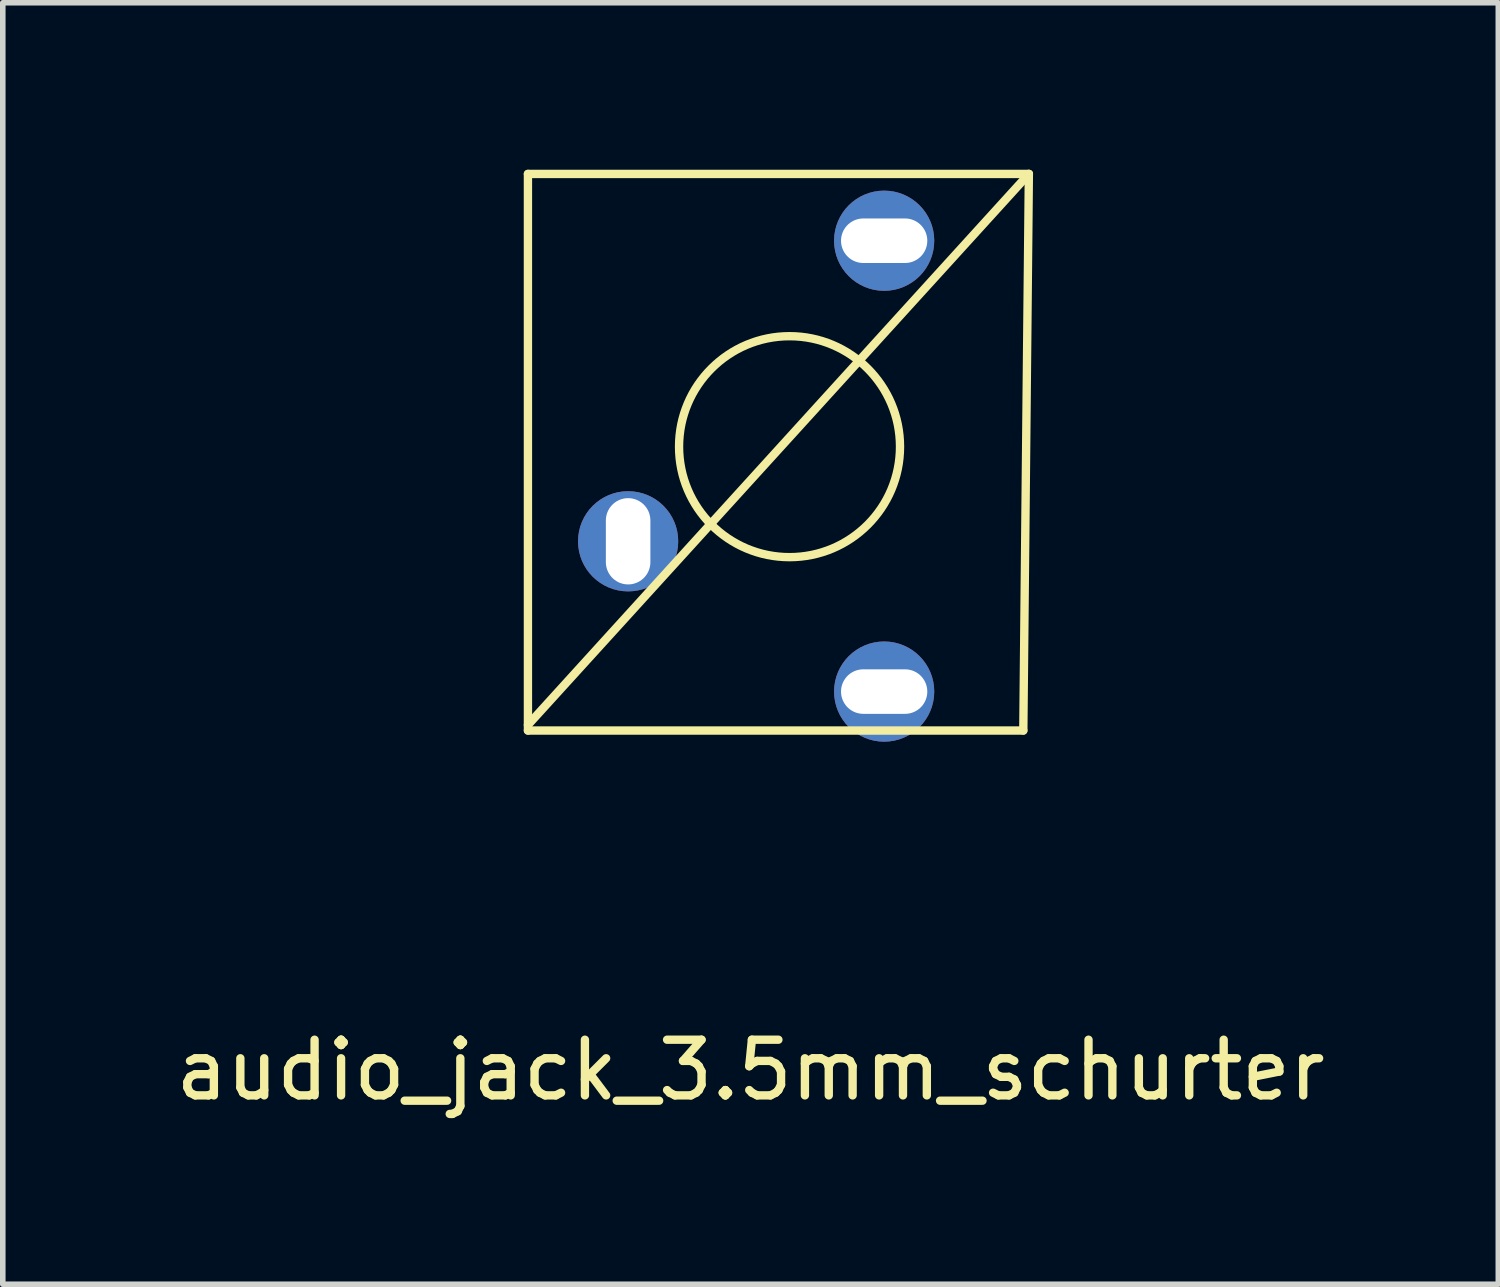
<source format=kicad_pcb>
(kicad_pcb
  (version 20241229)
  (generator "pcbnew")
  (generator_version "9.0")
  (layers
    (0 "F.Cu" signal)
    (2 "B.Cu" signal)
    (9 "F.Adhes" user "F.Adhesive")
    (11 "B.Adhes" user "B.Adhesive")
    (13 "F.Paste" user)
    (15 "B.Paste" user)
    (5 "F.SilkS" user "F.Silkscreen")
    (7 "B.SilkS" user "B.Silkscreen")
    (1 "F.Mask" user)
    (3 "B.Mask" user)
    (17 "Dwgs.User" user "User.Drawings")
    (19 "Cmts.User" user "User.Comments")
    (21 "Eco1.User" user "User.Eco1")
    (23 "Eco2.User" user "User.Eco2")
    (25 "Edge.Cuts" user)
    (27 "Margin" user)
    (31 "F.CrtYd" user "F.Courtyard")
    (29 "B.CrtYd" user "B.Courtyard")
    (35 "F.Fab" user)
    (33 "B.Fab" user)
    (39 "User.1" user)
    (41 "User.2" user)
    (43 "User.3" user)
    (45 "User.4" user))
  (footprint "audio_jack_3.5mm_schurter"
    (layer "F.Cu")
    (at 10.435 8.575)
    (property "Reference" "audio_jack_3.5mm_schurter" (at 0 7.6 0) (layer "F.SilkS") (effects (font (size 1 1) (thickness 0.15))))
    (attr through_hole)
    (fp_line (start -4 -8.5) (end 5 -8.5) (stroke (width 0.15) (type solid)) (layer "F.SilkS"))
    (fp_line (start -4 1.5) (end -4 -8.5) (stroke (width 0.15) (type solid)) (layer "F.SilkS"))
    (fp_line (start 4.9 1.5) (end -4 1.5) (stroke (width 0.15) (type solid)) (layer "F.SilkS"))
    (fp_line (start 5 -8.5) (end -4 1.4) (stroke (width 0.15) (type solid)) (layer "F.SilkS"))
    (fp_line (start 5 -8.5) (end 4.9 1.5) (stroke (width 0.15) (type solid)) (layer "F.SilkS"))
    (fp_circle (center 0.7 -3.6) (end 2.2 -2.3) (stroke (width 0.15) (type solid)) (fill no) (layer "F.SilkS"))
    (pad "1" thru_hole circle (at 2.4 0.8 90) (size 1.8 1.8) (drill oval 0.8 1.55) (layers "*.Cu" "*.Mask"))
    (pad "2" thru_hole circle (at -2.2 -1.9) (size 1.8 1.8) (drill oval 0.8 1.55) (layers "*.Cu" "*.Mask"))
    (pad "3" thru_hole circle (at 2.4 -7.3 90) (size 1.8 1.8) (drill oval 0.8 1.55) (layers "*.Cu" "*.Mask")))
  (gr_rect
    (start -3 -3)
    (end 23.869 20.023)
    (stroke (width 0.1) (type default))
    (fill no)
    (layer "Edge.Cuts")))
</source>
